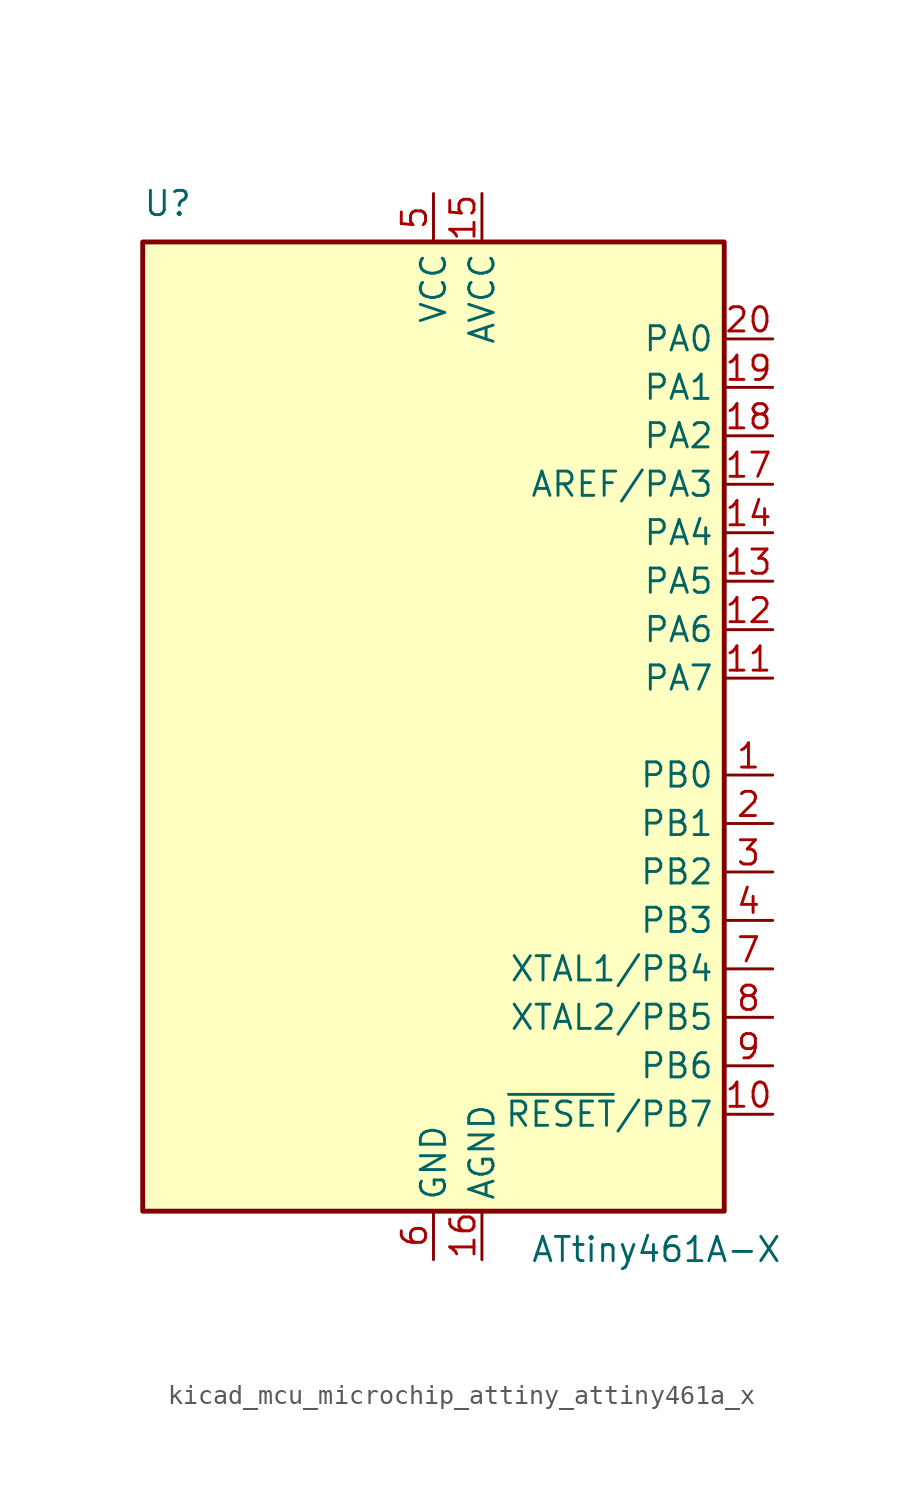
<source format=kicad_sym>
(kicad_symbol_lib
  (version 20220914)
  (generator kicad_symbol_editor)
  (symbol "kicad_mcu_microchip_attiny_attiny461a_x"
    (property "Reference" "U"
      (at -15.24 26.67 0)
      (effects (font (size 1.27 1.27)) (justify left bottom)))
    (property "Value" "ATtiny461A-X"
      (at 5.08 -26.67 0)
      (effects (font (size 1.27 1.27)) (justify left top)))
    (symbol "kicad_mcu_microchip_attiny_attiny461a_x_0_1"
      (rectangle (start -15.24 -25.4) (end 15.24 25.4) (stroke (width 0.254) (type default)) (fill (type background))))
    (symbol "kicad_mcu_microchip_attiny_attiny461a_x_1_1"
      (pin bidirectional line (at 17.78 -2.54 180) (length 2.54) (name "PB0" (effects (font (size 1.27 1.27)))) (number "1" (effects (font (size 1.27 1.27)))))
      (pin bidirectional line (at 17.78 -20.32 180) (length 2.54) (name "~{RESET}/PB7" (effects (font (size 1.27 1.27)))) (number "10" (effects (font (size 1.27 1.27)))))
      (pin bidirectional line (at 17.78 2.54 180) (length 2.54) (name "PA7" (effects (font (size 1.27 1.27)))) (number "11" (effects (font (size 1.27 1.27)))))
      (pin bidirectional line (at 17.78 5.08 180) (length 2.54) (name "PA6" (effects (font (size 1.27 1.27)))) (number "12" (effects (font (size 1.27 1.27)))))
      (pin bidirectional line (at 17.78 7.62 180) (length 2.54) (name "PA5" (effects (font (size 1.27 1.27)))) (number "13" (effects (font (size 1.27 1.27)))))
      (pin bidirectional line (at 17.78 10.16 180) (length 2.54) (name "PA4" (effects (font (size 1.27 1.27)))) (number "14" (effects (font (size 1.27 1.27)))))
      (pin power_in line (at 2.54 27.94 270) (length 2.54) (name "AVCC" (effects (font (size 1.27 1.27)))) (number "15" (effects (font (size 1.27 1.27)))))
      (pin power_in line (at 2.54 -27.94 90) (length 2.54) (name "AGND" (effects (font (size 1.27 1.27)))) (number "16" (effects (font (size 1.27 1.27)))))
      (pin bidirectional line (at 17.78 12.7 180) (length 2.54) (name "AREF/PA3" (effects (font (size 1.27 1.27)))) (number "17" (effects (font (size 1.27 1.27)))))
      (pin bidirectional line (at 17.78 15.24 180) (length 2.54) (name "PA2" (effects (font (size 1.27 1.27)))) (number "18" (effects (font (size 1.27 1.27)))))
      (pin bidirectional line (at 17.78 17.78 180) (length 2.54) (name "PA1" (effects (font (size 1.27 1.27)))) (number "19" (effects (font (size 1.27 1.27)))))
      (pin bidirectional line (at 17.78 -5.08 180) (length 2.54) (name "PB1" (effects (font (size 1.27 1.27)))) (number "2" (effects (font (size 1.27 1.27)))))
      (pin bidirectional line (at 17.78 20.32 180) (length 2.54) (name "PA0" (effects (font (size 1.27 1.27)))) (number "20" (effects (font (size 1.27 1.27)))))
      (pin bidirectional line (at 17.78 -7.62 180) (length 2.54) (name "PB2" (effects (font (size 1.27 1.27)))) (number "3" (effects (font (size 1.27 1.27)))))
      (pin bidirectional line (at 17.78 -10.16 180) (length 2.54) (name "PB3" (effects (font (size 1.27 1.27)))) (number "4" (effects (font (size 1.27 1.27)))))
      (pin power_in line (at 0 27.94 270) (length 2.54) (name "VCC" (effects (font (size 1.27 1.27)))) (number "5" (effects (font (size 1.27 1.27)))))
      (pin power_in line (at 0 -27.94 90) (length 2.54) (name "GND" (effects (font (size 1.27 1.27)))) (number "6" (effects (font (size 1.27 1.27)))))
      (pin bidirectional line (at 17.78 -12.7 180) (length 2.54) (name "XTAL1/PB4" (effects (font (size 1.27 1.27)))) (number "7" (effects (font (size 1.27 1.27)))))
      (pin bidirectional line (at 17.78 -15.24 180) (length 2.54) (name "XTAL2/PB5" (effects (font (size 1.27 1.27)))) (number "8" (effects (font (size 1.27 1.27)))))
      (pin bidirectional line (at 17.78 -17.78 180) (length 2.54) (name "PB6" (effects (font (size 1.27 1.27)))) (number "9" (effects (font (size 1.27 1.27))))))))
</source>
